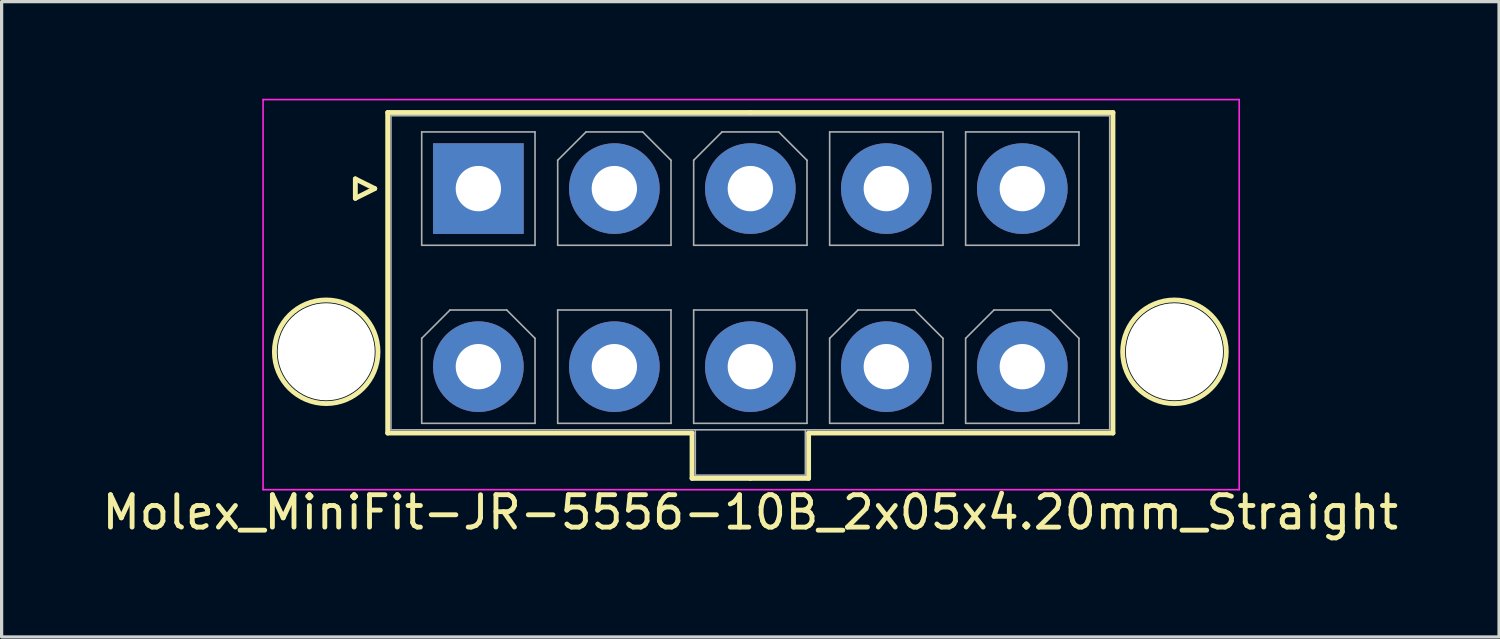
<source format=kicad_pcb>
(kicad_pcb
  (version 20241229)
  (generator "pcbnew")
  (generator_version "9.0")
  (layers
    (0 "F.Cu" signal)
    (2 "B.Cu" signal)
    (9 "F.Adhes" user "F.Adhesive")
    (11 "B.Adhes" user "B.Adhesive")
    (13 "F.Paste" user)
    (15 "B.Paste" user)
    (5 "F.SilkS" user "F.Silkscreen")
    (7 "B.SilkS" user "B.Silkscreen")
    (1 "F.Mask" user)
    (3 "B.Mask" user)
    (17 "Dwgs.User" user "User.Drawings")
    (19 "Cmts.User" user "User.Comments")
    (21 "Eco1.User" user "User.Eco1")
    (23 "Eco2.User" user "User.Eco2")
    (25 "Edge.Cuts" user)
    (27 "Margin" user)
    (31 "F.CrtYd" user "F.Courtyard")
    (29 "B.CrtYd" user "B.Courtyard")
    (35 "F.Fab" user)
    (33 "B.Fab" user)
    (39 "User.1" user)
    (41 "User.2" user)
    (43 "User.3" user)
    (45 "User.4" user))
  (footprint "Molex_MiniFit-JR-5556-10B_2x05x4.20mm_Straight"
    (layer "F.Cu")
    (at 11.725 2.775)
    (property "Reference" "Molex_MiniFit-JR-5556-10B_2x05x4.20mm_Straight" (at 8.4 10 0) (layer "F.SilkS") (effects (font (size 1 1) (thickness 0.15))))
    (attr through_hole)
    (fp_line (start -3.8 -0.3) (end -3.2 0) (stroke (width 0.15) (type solid)) (layer "F.SilkS"))
    (fp_line (start -3.8 0.3) (end -3.8 -0.3) (stroke (width 0.15) (type solid)) (layer "F.SilkS"))
    (fp_line (start -3.2 0) (end -3.8 0.3) (stroke (width 0.15) (type solid)) (layer "F.SilkS"))
    (fp_line (start -2.8 -2.35) (end -2.8 7.55) (stroke (width 0.15) (type solid)) (layer "F.SilkS"))
    (fp_line (start -2.8 7.55) (end 6.6 7.55) (stroke (width 0.15) (type solid)) (layer "F.SilkS"))
    (fp_line (start 6.6 7.55) (end 6.6 8.95) (stroke (width 0.15) (type solid)) (layer "F.SilkS"))
    (fp_line (start 6.6 8.95) (end 8.4 8.95) (stroke (width 0.15) (type solid)) (layer "F.SilkS"))
    (fp_line (start 8.4 -2.35) (end -2.8 -2.35) (stroke (width 0.15) (type solid)) (layer "F.SilkS"))
    (fp_line (start 8.4 -2.35) (end 19.6 -2.35) (stroke (width 0.15) (type solid)) (layer "F.SilkS"))
    (fp_line (start 10.2 7.55) (end 10.2 8.95) (stroke (width 0.15) (type solid)) (layer "F.SilkS"))
    (fp_line (start 10.2 8.95) (end 8.4 8.95) (stroke (width 0.15) (type solid)) (layer "F.SilkS"))
    (fp_line (start 19.6 -2.35) (end 19.6 7.55) (stroke (width 0.15) (type solid)) (layer "F.SilkS"))
    (fp_line (start 19.6 7.55) (end 10.2 7.55) (stroke (width 0.15) (type solid)) (layer "F.SilkS"))
    (fp_circle (center -4.7 5.04) (end -3.1 5.04) (stroke (width 0.15) (type solid)) (fill no) (layer "F.SilkS"))
    (fp_circle (center 21.5 5.04) (end 23.1 5.04) (stroke (width 0.15) (type solid)) (fill no) (layer "F.SilkS"))
    (fp_line (start -6.65 -2.75) (end -6.65 9.3) (stroke (width 0.05) (type solid)) (layer "F.CrtYd"))
    (fp_line (start -6.65 9.3) (end 23.5 9.3) (stroke (width 0.05) (type solid)) (layer "F.CrtYd"))
    (fp_line (start 23.5 -2.75) (end -6.65 -2.75) (stroke (width 0.05) (type solid)) (layer "F.CrtYd"))
    (fp_line (start 23.5 9.3) (end 23.5 -2.75) (stroke (width 0.05) (type solid)) (layer "F.CrtYd"))
    (fp_line (start -2.7 -2.25) (end -2.7 7.45) (stroke (width 0.05) (type solid)) (layer "F.Fab"))
    (fp_line (start -2.7 7.45) (end 19.5 7.45) (stroke (width 0.05) (type solid)) (layer "F.Fab"))
    (fp_line (start -1.75 -1.75) (end -1.75 1.75) (stroke (width 0.05) (type solid)) (layer "F.Fab"))
    (fp_line (start -1.75 1.75) (end 1.75 1.75) (stroke (width 0.05) (type solid)) (layer "F.Fab"))
    (fp_line (start -1.75 4.625) (end -0.875 3.75) (stroke (width 0.05) (type solid)) (layer "F.Fab"))
    (fp_line (start -1.75 7.25) (end -1.75 4.625) (stroke (width 0.05) (type solid)) (layer "F.Fab"))
    (fp_line (start -0.875 3.75) (end 0.875 3.75) (stroke (width 0.05) (type solid)) (layer "F.Fab"))
    (fp_line (start 0.875 3.75) (end 1.75 4.625) (stroke (width 0.05) (type solid)) (layer "F.Fab"))
    (fp_line (start 1.75 -1.75) (end -1.75 -1.75) (stroke (width 0.05) (type solid)) (layer "F.Fab"))
    (fp_line (start 1.75 1.75) (end 1.75 -1.75) (stroke (width 0.05) (type solid)) (layer "F.Fab"))
    (fp_line (start 1.75 4.625) (end 1.75 7.25) (stroke (width 0.05) (type solid)) (layer "F.Fab"))
    (fp_line (start 1.75 7.25) (end -1.75 7.25) (stroke (width 0.05) (type solid)) (layer "F.Fab"))
    (fp_line (start 2.45 -0.875) (end 3.325 -1.75) (stroke (width 0.05) (type solid)) (layer "F.Fab"))
    (fp_line (start 2.45 1.75) (end 2.45 -0.875) (stroke (width 0.05) (type solid)) (layer "F.Fab"))
    (fp_line (start 2.45 3.75) (end 2.45 7.25) (stroke (width 0.05) (type solid)) (layer "F.Fab"))
    (fp_line (start 2.45 7.25) (end 5.95 7.25) (stroke (width 0.05) (type solid)) (layer "F.Fab"))
    (fp_line (start 3.325 -1.75) (end 5.075 -1.75) (stroke (width 0.05) (type solid)) (layer "F.Fab"))
    (fp_line (start 5.075 -1.75) (end 5.95 -0.875) (stroke (width 0.05) (type solid)) (layer "F.Fab"))
    (fp_line (start 5.95 -0.875) (end 5.95 1.75) (stroke (width 0.05) (type solid)) (layer "F.Fab"))
    (fp_line (start 5.95 1.75) (end 2.45 1.75) (stroke (width 0.05) (type solid)) (layer "F.Fab"))
    (fp_line (start 5.95 3.75) (end 2.45 3.75) (stroke (width 0.05) (type solid)) (layer "F.Fab"))
    (fp_line (start 5.95 7.25) (end 5.95 3.75) (stroke (width 0.05) (type solid)) (layer "F.Fab"))
    (fp_line (start 6.65 -0.875) (end 7.525 -1.75) (stroke (width 0.05) (type solid)) (layer "F.Fab"))
    (fp_line (start 6.65 1.75) (end 6.65 -0.875) (stroke (width 0.05) (type solid)) (layer "F.Fab"))
    (fp_line (start 6.65 3.75) (end 6.65 7.25) (stroke (width 0.05) (type solid)) (layer "F.Fab"))
    (fp_line (start 6.65 7.25) (end 10.15 7.25) (stroke (width 0.05) (type solid)) (layer "F.Fab"))
    (fp_line (start 6.7 7.45) (end 6.7 8.85) (stroke (width 0.05) (type solid)) (layer "F.Fab"))
    (fp_line (start 6.7 8.85) (end 10.1 8.85) (stroke (width 0.05) (type solid)) (layer "F.Fab"))
    (fp_line (start 7.525 -1.75) (end 9.275 -1.75) (stroke (width 0.05) (type solid)) (layer "F.Fab"))
    (fp_line (start 9.275 -1.75) (end 10.15 -0.875) (stroke (width 0.05) (type solid)) (layer "F.Fab"))
    (fp_line (start 10.1 8.85) (end 10.1 7.45) (stroke (width 0.05) (type solid)) (layer "F.Fab"))
    (fp_line (start 10.15 -0.875) (end 10.15 1.75) (stroke (width 0.05) (type solid)) (layer "F.Fab"))
    (fp_line (start 10.15 1.75) (end 6.65 1.75) (stroke (width 0.05) (type solid)) (layer "F.Fab"))
    (fp_line (start 10.15 3.75) (end 6.65 3.75) (stroke (width 0.05) (type solid)) (layer "F.Fab"))
    (fp_line (start 10.15 7.25) (end 10.15 3.75) (stroke (width 0.05) (type solid)) (layer "F.Fab"))
    (fp_line (start 10.85 -1.75) (end 10.85 1.75) (stroke (width 0.05) (type solid)) (layer "F.Fab"))
    (fp_line (start 10.85 1.75) (end 14.35 1.75) (stroke (width 0.05) (type solid)) (layer "F.Fab"))
    (fp_line (start 10.85 4.625) (end 11.725 3.75) (stroke (width 0.05) (type solid)) (layer "F.Fab"))
    (fp_line (start 10.85 7.25) (end 10.85 4.625) (stroke (width 0.05) (type solid)) (layer "F.Fab"))
    (fp_line (start 11.725 3.75) (end 13.475 3.75) (stroke (width 0.05) (type solid)) (layer "F.Fab"))
    (fp_line (start 13.475 3.75) (end 14.35 4.625) (stroke (width 0.05) (type solid)) (layer "F.Fab"))
    (fp_line (start 14.35 -1.75) (end 10.85 -1.75) (stroke (width 0.05) (type solid)) (layer "F.Fab"))
    (fp_line (start 14.35 1.75) (end 14.35 -1.75) (stroke (width 0.05) (type solid)) (layer "F.Fab"))
    (fp_line (start 14.35 4.625) (end 14.35 7.25) (stroke (width 0.05) (type solid)) (layer "F.Fab"))
    (fp_line (start 14.35 7.25) (end 10.85 7.25) (stroke (width 0.05) (type solid)) (layer "F.Fab"))
    (fp_line (start 15.05 -1.75) (end 15.05 1.75) (stroke (width 0.05) (type solid)) (layer "F.Fab"))
    (fp_line (start 15.05 1.75) (end 18.55 1.75) (stroke (width 0.05) (type solid)) (layer "F.Fab"))
    (fp_line (start 15.05 4.625) (end 15.925 3.75) (stroke (width 0.05) (type solid)) (layer "F.Fab"))
    (fp_line (start 15.05 7.25) (end 15.05 4.625) (stroke (width 0.05) (type solid)) (layer "F.Fab"))
    (fp_line (start 15.925 3.75) (end 17.675 3.75) (stroke (width 0.05) (type solid)) (layer "F.Fab"))
    (fp_line (start 17.675 3.75) (end 18.55 4.625) (stroke (width 0.05) (type solid)) (layer "F.Fab"))
    (fp_line (start 18.55 -1.75) (end 15.05 -1.75) (stroke (width 0.05) (type solid)) (layer "F.Fab"))
    (fp_line (start 18.55 1.75) (end 18.55 -1.75) (stroke (width 0.05) (type solid)) (layer "F.Fab"))
    (fp_line (start 18.55 4.625) (end 18.55 7.25) (stroke (width 0.05) (type solid)) (layer "F.Fab"))
    (fp_line (start 18.55 7.25) (end 15.05 7.25) (stroke (width 0.05) (type solid)) (layer "F.Fab"))
    (fp_line (start 19.5 -2.25) (end -2.7 -2.25) (stroke (width 0.05) (type solid)) (layer "F.Fab"))
    (fp_line (start 19.5 7.45) (end 19.5 -2.25) (stroke (width 0.05) (type solid)) (layer "F.Fab"))
    (pad "" np_thru_hole circle (at -4.7 5.04) (size 3 3) (drill 3) (layers "*.Cu"))
    (pad "" np_thru_hole circle (at 21.5 5.04) (size 3 3) (drill 3) (layers "*.Cu"))
    (pad "1" thru_hole rect (at 0 0) (size 2.8 2.8) (drill 1.4) (layers "*.Cu" "*.Mask"))
    (pad "2" thru_hole circle (at 4.2 0) (size 2.8 2.8) (drill 1.4) (layers "*.Cu" "*.Mask"))
    (pad "3" thru_hole circle (at 8.4 0) (size 2.8 2.8) (drill 1.4) (layers "*.Cu" "*.Mask"))
    (pad "4" thru_hole circle (at 12.6 0) (size 2.8 2.8) (drill 1.4) (layers "*.Cu" "*.Mask"))
    (pad "5" thru_hole circle (at 16.8 0) (size 2.8 2.8) (drill 1.4) (layers "*.Cu" "*.Mask"))
    (pad "6" thru_hole circle (at 0 5.5) (size 2.8 2.8) (drill 1.4) (layers "*.Cu" "*.Mask"))
    (pad "7" thru_hole circle (at 4.2 5.5) (size 2.8 2.8) (drill 1.4) (layers "*.Cu" "*.Mask"))
    (pad "8" thru_hole circle (at 8.4 5.5) (size 2.8 2.8) (drill 1.4) (layers "*.Cu" "*.Mask"))
    (pad "9" thru_hole circle (at 12.6 5.5) (size 2.8 2.8) (drill 1.4) (layers "*.Cu" "*.Mask"))
    (pad "10" thru_hole circle (at 16.8 5.5) (size 2.8 2.8) (drill 1.4) (layers "*.Cu" "*.Mask")))
  (gr_rect
    (start -3 -3)
    (end 43.25 16.623)
    (stroke (width 0.1) (type default))
    (fill no)
    (layer "Edge.Cuts")))
</source>
